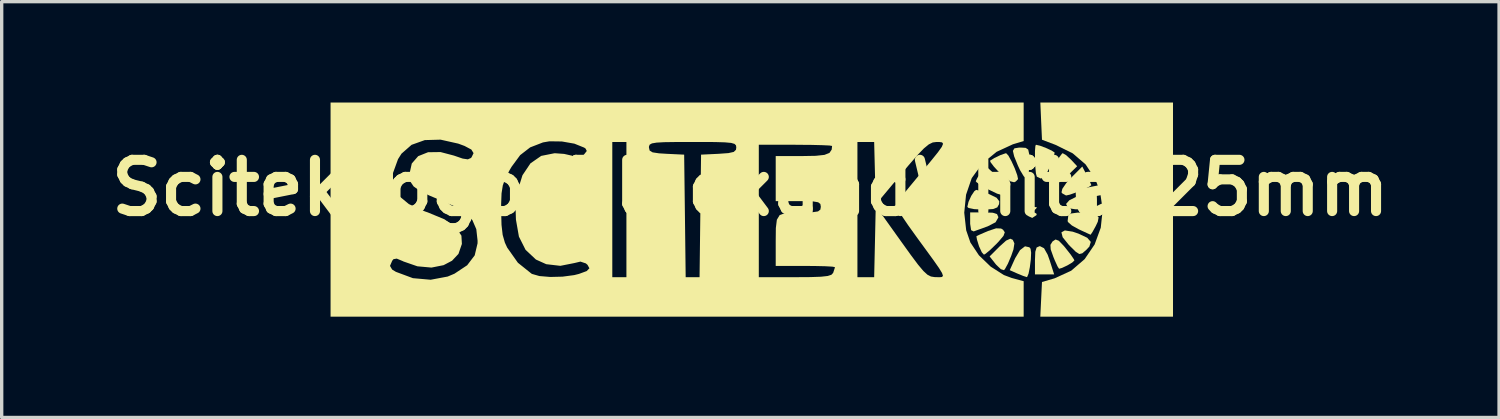
<source format=kicad_pcb>
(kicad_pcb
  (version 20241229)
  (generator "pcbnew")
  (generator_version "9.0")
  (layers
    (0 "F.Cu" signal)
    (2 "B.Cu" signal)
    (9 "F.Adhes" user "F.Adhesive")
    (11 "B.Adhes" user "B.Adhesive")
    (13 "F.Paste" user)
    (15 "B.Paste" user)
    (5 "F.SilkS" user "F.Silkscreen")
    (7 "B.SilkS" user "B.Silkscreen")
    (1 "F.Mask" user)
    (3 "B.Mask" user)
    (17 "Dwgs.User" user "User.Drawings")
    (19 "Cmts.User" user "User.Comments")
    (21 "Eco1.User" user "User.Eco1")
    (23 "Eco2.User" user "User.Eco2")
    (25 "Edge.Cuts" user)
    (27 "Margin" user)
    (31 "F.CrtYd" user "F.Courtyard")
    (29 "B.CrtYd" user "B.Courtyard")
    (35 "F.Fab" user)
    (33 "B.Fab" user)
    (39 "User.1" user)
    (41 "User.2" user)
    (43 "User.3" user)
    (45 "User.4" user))
  (footprint "ScitekLogo_BlackandWhite_25mm"
    (layer "F.Cu")
    (at 19.275 2.54)
    (property "Reference" "ScitekLogo_BlackandWhite_25mm" (at 0 0 0) (layer "F.SilkS") (effects (font (size 1.524 1.524) (thickness 0.3))))
    (attr board_only exclude_from_pos_files exclude_from_bom)
    (fp_poly (pts (xy 8.737 1.795) (xy 8.845 1.988) (xy 8.904 2.154) (xy 9.038 2.574) (xy 8.467 2.574) (xy 8.467 2.154) (xy 8.477 1.9) (xy 8.516 1.774) (xy 8.6 1.736) (xy 8.618 1.735)) (stroke (width 0) (type solid)) (fill yes) (layer "F.SilkS"))
    (fp_poly (pts (xy 8.526 0.576) (xy 8.496 0.625) (xy 8.467 0.645) (xy 8.394 0.712) (xy 8.451 0.728) (xy 8.52 0.776) (xy 8.509 0.813) (xy 8.386 0.894) (xy 8.271 0.841) (xy 8.213 0.7) (xy 8.29 0.589) (xy 8.404 0.563)) (stroke (width 0) (type solid)) (fill yes) (layer "F.SilkS"))
    (fp_poly (pts (xy 10.27 0.108) (xy 10.306 0.199) (xy 10.311 0.346) (xy 10.311 0.645) (xy 9.906 0.645) (xy 9.657 0.635) (xy 9.484 0.608) (xy 9.445 0.59) (xy 9.393 0.477) (xy 9.487 0.37) (xy 9.669 0.279) (xy 9.982 0.152) (xy 10.172 0.094)) (stroke (width 0) (type solid)) (fill yes) (layer "F.SilkS"))
    (fp_poly (pts (xy 7.212 0.739) (xy 7.338 0.779) (xy 7.376 0.863) (xy 7.377 0.88) (xy 7.295 1.023) (xy 7.063 1.143) (xy 6.834 1.226) (xy 6.665 1.287) (xy 6.643 1.295) (xy 6.568 1.259) (xy 6.539 1.071) (xy 6.539 1.032) (xy 6.539 0.729) (xy 6.958 0.729)) (stroke (width 0) (type solid)) (fill yes) (layer "F.SilkS"))
    (fp_poly (pts (xy 7.808 1.546) (xy 7.855 1.652) (xy 7.827 1.832) (xy 7.76 2.024) (xy 7.662 2.255) (xy 7.575 2.413) (xy 7.545 2.448) (xy 7.452 2.419) (xy 7.317 2.29) (xy 7.296 2.265) (xy 7.118 2.039) (xy 7.414 1.743) (xy 7.609 1.568) (xy 7.734 1.512)) (stroke (width 0) (type solid)) (fill yes) (layer "F.SilkS"))
    (fp_poly (pts (xy 8.301 1.767) (xy 8.336 1.81) (xy 8.353 1.927) (xy 8.344 2.13) (xy 8.315 2.358) (xy 8.276 2.552) (xy 8.234 2.65) (xy 8.225 2.654) (xy 8.118 2.62) (xy 7.945 2.549) (xy 7.717 2.448) (xy 7.878 2.092) (xy 8.023 1.851) (xy 8.171 1.738)) (stroke (width 0) (type solid)) (fill yes) (layer "F.SilkS"))
    (fp_poly (pts (xy 9.392 -0.976) (xy 9.537 -0.842) (xy 9.541 -0.838) (xy 9.723 -0.644) (xy 9.447 -0.376) (xy 9.208 -0.176) (xy 9.041 -0.113) (xy 8.933 -0.184) (xy 8.938 -0.295) (xy 8.999 -0.492) (xy 9.091 -0.717) (xy 9.191 -0.912) (xy 9.275 -1.023) (xy 9.294 -1.031)) (stroke (width 0) (type solid)) (fill yes) (layer "F.SilkS"))
    (fp_poly (pts (xy 9.591 1.303) (xy 9.759 1.36) (xy 10.022 1.484) (xy 10.128 1.607) (xy 10.086 1.746) (xy 9.99 1.848) (xy 9.875 1.946) (xy 9.787 1.968) (xy 9.681 1.901) (xy 9.51 1.732) (xy 9.472 1.693) (xy 9.291 1.468) (xy 9.254 1.323) (xy 9.356 1.266)) (stroke (width 0) (type solid)) (fill yes) (layer "F.SilkS"))
    (fp_poly (pts (xy 7.327 -0.353) (xy 7.527 -0.139) (xy 7.593 0.02) (xy 7.583 0.08) (xy 7.537 0.177) (xy 7.47 0.209) (xy 7.342 0.172) (xy 7.113 0.062) (xy 7.063 0.037) (xy 6.854 -0.079) (xy 6.725 -0.172) (xy 6.706 -0.2) (xy 6.754 -0.301) (xy 6.86 -0.448) (xy 7.015 -0.639)) (stroke (width 0) (type solid)) (fill yes) (layer "F.SilkS"))
    (fp_poly (pts (xy 10.009 -0.376) (xy 10.099 -0.193) (xy 10.142 -0.086) (xy 10.143 -0.08) (xy 10.074 -0.03) (xy 9.904 0.049) (xy 9.694 0.135) (xy 9.502 0.202) (xy 9.392 0.226) (xy 9.282 0.165) (xy 9.257 0.133) (xy 9.281 0.029) (xy 9.4 -0.146) (xy 9.538 -0.297) (xy 9.875 -0.635)) (stroke (width 0) (type solid)) (fill yes) (layer "F.SilkS"))
    (fp_poly (pts (xy 8.191 -1.191) (xy 8.266 -1.14) (xy 8.295 -1.005) (xy 8.299 -0.745) (xy 8.299 -0.738) (xy 8.285 -0.477) (xy 8.247 -0.312) (xy 8.212 -0.277) (xy 8.132 -0.347) (xy 8.024 -0.527) (xy 7.961 -0.661) (xy 7.847 -0.941) (xy 7.81 -1.102) (xy 7.856 -1.177) (xy 7.989 -1.198) (xy 8.048 -1.199)) (stroke (width 0) (type solid)) (fill yes) (layer "F.SilkS"))
    (fp_poly (pts (xy 6.833 0.088) (xy 7.037 0.16) (xy 7.114 0.19) (xy 7.326 0.294) (xy 7.405 0.398) (xy 7.4 0.483) (xy 7.346 0.58) (xy 7.223 0.629) (xy 6.987 0.645) (xy 6.906 0.645) (xy 6.657 0.632) (xy 6.493 0.598) (xy 6.455 0.566) (xy 6.49 0.416) (xy 6.572 0.236) (xy 6.665 0.096) (xy 6.718 0.059)) (stroke (width 0) (type solid)) (fill yes) (layer "F.SilkS"))
    (fp_poly (pts (xy 7.676 -0.962) (xy 7.77 -0.791) (xy 7.867 -0.578) (xy 7.94 -0.378) (xy 7.964 -0.262) (xy 7.898 -0.191) (xy 7.848 -0.167) (xy 7.729 -0.197) (xy 7.545 -0.327) (xy 7.414 -0.449) (xy 7.244 -0.634) (xy 7.144 -0.767) (xy 7.131 -0.809) (xy 7.261 -0.89) (xy 7.443 -0.977) (xy 7.59 -1.028) (xy 7.611 -1.031)) (stroke (width 0) (type solid)) (fill yes) (layer "F.SilkS"))
    (fp_poly (pts (xy 8.62 -1.254) (xy 8.799 -1.186) (xy 8.966 -1.109) (xy 9.052 -1.052) (xy 9.053 -1.047) (xy 9.026 -0.944) (xy 8.956 -0.743) (xy 8.916 -0.636) (xy 8.783 -0.373) (xy 8.647 -0.276) (xy 8.523 -0.333) (xy 8.496 -0.431) (xy 8.477 -0.629) (xy 8.467 -0.869) (xy 8.467 -1.095) (xy 8.48 -1.248) (xy 8.496 -1.283)) (stroke (width 0) (type solid)) (fill yes) (layer "F.SilkS"))
    (fp_poly (pts (xy 9.177 1.573) (xy 9.32 1.721) (xy 9.377 1.79) (xy 9.53 1.984) (xy 9.625 2.124) (xy 9.64 2.16) (xy 9.575 2.221) (xy 9.428 2.308) (xy 9.27 2.382) (xy 9.184 2.406) (xy 9.139 2.336) (xy 9.058 2.159) (xy 9.016 2.057) (xy 8.935 1.829) (xy 8.927 1.695) (xy 8.988 1.597) (xy 8.995 1.59) (xy 9.081 1.535)) (stroke (width 0) (type solid)) (fill yes) (layer "F.SilkS"))
    (fp_poly (pts (xy 7.459 1.209) (xy 7.518 1.245) (xy 7.569 1.322) (xy 7.53 1.428) (xy 7.385 1.599) (xy 7.322 1.665) (xy 7.136 1.845) (xy 6.996 1.961) (xy 6.949 1.987) (xy 6.885 1.916) (xy 6.806 1.744) (xy 6.798 1.722) (xy 6.741 1.537) (xy 6.725 1.44) (xy 6.727 1.437) (xy 6.81 1.396) (xy 6.994 1.316) (xy 7.074 1.282) (xy 7.311 1.203)) (stroke (width 0) (type solid)) (fill yes) (layer "F.SilkS"))
    (fp_poly (pts (xy 10.175 0.761) (xy 10.298 0.803) (xy 10.361 0.879) (xy 10.336 1.008) (xy 10.275 1.137) (xy 10.18 1.309) (xy 10.124 1.392) (xy 10.12 1.393) (xy 10.04 1.357) (xy 9.86 1.274) (xy 9.766 1.23) (xy 9.565 1.118) (xy 9.45 1.016) (xy 9.439 0.986) (xy 9.459 0.822) (xy 9.46 0.813) (xy 9.542 0.762) (xy 9.73 0.736) (xy 9.961 0.735)) (stroke (width 0) (type solid)) (fill yes) (layer "F.SilkS"))
    (fp_poly (pts (xy 12.574 3.831) (xy 8.626 3.831) (xy 8.651 3.315) (xy 8.676 2.8) (xy 9.053 2.69) (xy 9.545 2.464) (xy 9.945 2.12) (xy 10.242 1.684) (xy 10.425 1.184) (xy 10.482 0.648) (xy 10.402 0.105) (xy 10.26 -0.263) (xy 9.974 -0.698) (xy 9.59 -1.028) (xy 9.079 -1.28) (xy 8.676 -1.433) (xy 8.651 -1.986) (xy 8.627 -2.54) (xy 12.574 -2.54)) (stroke (width 0) (type solid)) (fill yes) (layer "F.SilkS"))
    (fp_poly (pts (xy 8.131 -1.393) (xy 7.81 -1.297) (xy 7.326 -1.073) (xy 6.904 -0.728) (xy 6.594 -0.302) (xy 6.582 -0.28) (xy 6.417 0.203) (xy 6.363 0.738) (xy 6.421 1.262) (xy 6.546 1.625) (xy 6.799 2.005) (xy 7.15 2.343) (xy 7.543 2.593) (xy 7.775 2.68) (xy 8.131 2.776) (xy 8.131 3.831) (xy -12.49 3.831) (xy -12.49 2.321) (xy -10.722 2.321) (xy -10.658 2.43) (xy -10.546 2.498) (xy -10.04 2.686) (xy -9.512 2.733) (xy -9.108 2.657) (xy -4.108 2.657) (xy -3.688 2.657) (xy -3.688 -1.203) (xy -3.018 -1.203) (xy -2.997 -1.111) (xy -2.909 -1.057) (xy -2.717 -1.028) (xy -2.494 -1.014) (xy -1.97 -0.989) (xy -1.947 0.834) (xy -1.925 2.657) (xy -1.512 2.657) (xy 0.251 2.657) (xy 1.332 2.657) (xy 3.185 2.657) (xy 3.683 2.657) (xy 3.707 1.598) (xy 3.73 0.538) (xy 4.485 1.595) (xy 4.775 1.998) (xy 4.989 2.284) (xy 5.147 2.472) (xy 5.268 2.583) (xy 5.373 2.637) (xy 5.48 2.654) (xy 5.517 2.655) (xy 5.628 2.658) (xy 5.702 2.651) (xy 5.73 2.615) (xy 5.702 2.532) (xy 5.611 2.383) (xy 5.447 2.149) (xy 5.2 1.81) (xy 4.969 1.494) (xy 4.691 1.107) (xy 4.503 0.83) (xy 4.394 0.64) (xy 4.35 0.515) (xy 4.361 0.432) (xy 4.378 0.404) (xy 4.473 0.286) (xy 4.648 0.072) (xy 4.877 -0.205) (xy 5.076 -0.444) (xy 5.376 -0.806) (xy 5.579 -1.058) (xy 5.695 -1.22) (xy 5.733 -1.312) (xy 5.704 -1.354) (xy 5.618 -1.366) (xy 5.54 -1.366) (xy 5.426 -1.352) (xy 5.308 -1.294) (xy 5.163 -1.175) (xy 4.97 -0.974) (xy 4.708 -0.673) (xy 4.508 -0.435) (xy 3.73 0.496) (xy 3.683 -1.366) (xy 3.185 -1.366) (xy 3.185 2.657) (xy 1.332 2.657) (xy 1.787 2.654) (xy 2.1 2.643) (xy 2.3 2.621) (xy 2.411 2.585) (xy 2.461 2.531) (xy 2.464 2.525) (xy 2.508 2.391) (xy 2.515 2.357) (xy 2.437 2.343) (xy 2.226 2.331) (xy 1.916 2.324) (xy 1.635 2.322) (xy 0.754 2.322) (xy 0.754 1.577) (xy 0.758 1.194) (xy 0.788 0.948) (xy 0.872 0.809) (xy 1.041 0.747) (xy 1.323 0.73) (xy 1.558 0.729) (xy 1.85 0.724) (xy 2.013 0.7) (xy 2.082 0.646) (xy 2.096 0.562) (xy 2.082 0.478) (xy 2.017 0.428) (xy 1.869 0.403) (xy 1.602 0.395) (xy 1.425 0.394) (xy 0.754 0.394) (xy 0.754 -0.947) (xy 1.542 -0.947) (xy 1.942 -0.954) (xy 2.203 -0.982) (xy 2.352 -1.04) (xy 2.419 -1.138) (xy 2.431 -1.248) (xy 2.352 -1.261) (xy 2.137 -1.271) (xy 1.817 -1.279) (xy 1.422 -1.282) (xy 1.341 -1.283) (xy 0.251 -1.283) (xy 0.251 2.657) (xy -1.512 2.657) (xy -1.467 -0.989) (xy -0.943 -1.014) (xy -0.654 -1.035) (xy -0.495 -1.07) (xy -0.429 -1.133) (xy -0.419 -1.203) (xy -0.428 -1.265) (xy -0.471 -1.309) (xy -0.572 -1.338) (xy -0.757 -1.355) (xy -1.048 -1.364) (xy -1.472 -1.366) (xy -1.718 -1.366) (xy -2.211 -1.365) (xy -2.561 -1.36) (xy -2.792 -1.347) (xy -2.928 -1.324) (xy -2.995 -1.287) (xy -3.016 -1.234) (xy -3.018 -1.203) (xy -3.688 -1.203) (xy -3.688 -1.366) (xy -4.108 -1.366) (xy -4.108 2.657) (xy -9.108 2.657) (xy -9.006 2.638) (xy -8.804 2.553) (xy -8.426 2.302) (xy -8.202 2.008) (xy -8.117 1.65) (xy -8.116 1.572) (xy -8.154 1.229) (xy -8.271 0.959) (xy -8.493 0.736) (xy -8.575 0.687) (xy -7.415 0.687) (xy -7.404 1.1) (xy -7.37 1.397) (xy -7.304 1.628) (xy -7.235 1.777) (xy -6.917 2.227) (xy -6.515 2.549) (xy -6.497 2.56) (xy -6.277 2.623) (xy -5.954 2.65) (xy -5.589 2.641) (xy -5.242 2.595) (xy -5.102 2.56) (xy -4.87 2.475) (xy -4.789 2.392) (xy -4.845 2.29) (xy -4.894 2.247) (xy -5.056 2.193) (xy -5.235 2.236) (xy -5.654 2.319) (xy -6.074 2.27) (xy -6.38 2.132) (xy -6.689 1.842) (xy -6.886 1.45) (xy -6.975 0.943) (xy -6.983 0.694) (xy -6.93 0.103) (xy -6.781 -0.375) (xy -6.543 -0.73) (xy -6.223 -0.952) (xy -5.827 -1.031) (xy -5.814 -1.031) (xy -5.541 -1.011) (xy -5.316 -0.96) (xy -5.266 -0.939) (xy -5.098 -0.894) (xy -4.957 -0.984) (xy -4.867 -1.098) (xy -4.905 -1.172) (xy -4.946 -1.199) (xy -5.236 -1.316) (xy -5.608 -1.381) (xy -5.978 -1.386) (xy -6.17 -1.353) (xy -6.552 -1.205) (xy -6.849 -0.975) (xy -7.106 -0.626) (xy -7.172 -0.513) (xy -7.293 -0.278) (xy -7.366 -0.072) (xy -7.403 0.162) (xy -7.415 0.478) (xy -7.415 0.687) (xy -8.575 0.687) (xy -8.841 0.532) (xy -9.155 0.394) (xy -9.568 0.22) (xy -9.848 0.08) (xy -10.02 -0.045) (xy -10.109 -0.176) (xy -10.141 -0.335) (xy -10.143 -0.413) (xy -10.074 -0.725) (xy -9.883 -0.944) (xy -9.59 -1.061) (xy -9.218 -1.066) (xy -8.822 -0.962) (xy -8.56 -0.872) (xy -8.406 -0.849) (xy -8.315 -0.889) (xy -8.295 -0.911) (xy -8.236 -1.034) (xy -8.301 -1.14) (xy -8.504 -1.248) (xy -8.691 -1.317) (xy -9.217 -1.435) (xy -9.686 -1.422) (xy -10.08 -1.281) (xy -10.38 -1.018) (xy -10.483 -0.855) (xy -10.633 -0.442) (xy -10.632 -0.084) (xy -10.475 0.222) (xy -10.16 0.482) (xy -9.684 0.7) (xy -9.598 0.729) (xy -9.103 0.934) (xy -8.769 1.166) (xy -8.597 1.421) (xy -8.583 1.668) (xy -8.685 1.964) (xy -8.876 2.167) (xy -9.127 2.299) (xy -9.488 2.371) (xy -9.907 2.333) (xy -10.322 2.189) (xy -10.343 2.178) (xy -10.521 2.104) (xy -10.618 2.121) (xy -10.656 2.167) (xy -10.722 2.321) (xy -12.49 2.321) (xy -12.49 -2.54) (xy 8.131 -2.54)) (stroke (width 0) (type solid)) (fill yes) (layer "F.SilkS")))
  (gr_rect
    (start -3 -3)
    (end 41.55 9.371)
    (stroke (width 0.1) (type default))
    (fill no)
    (layer "Edge.Cuts")))
</source>
